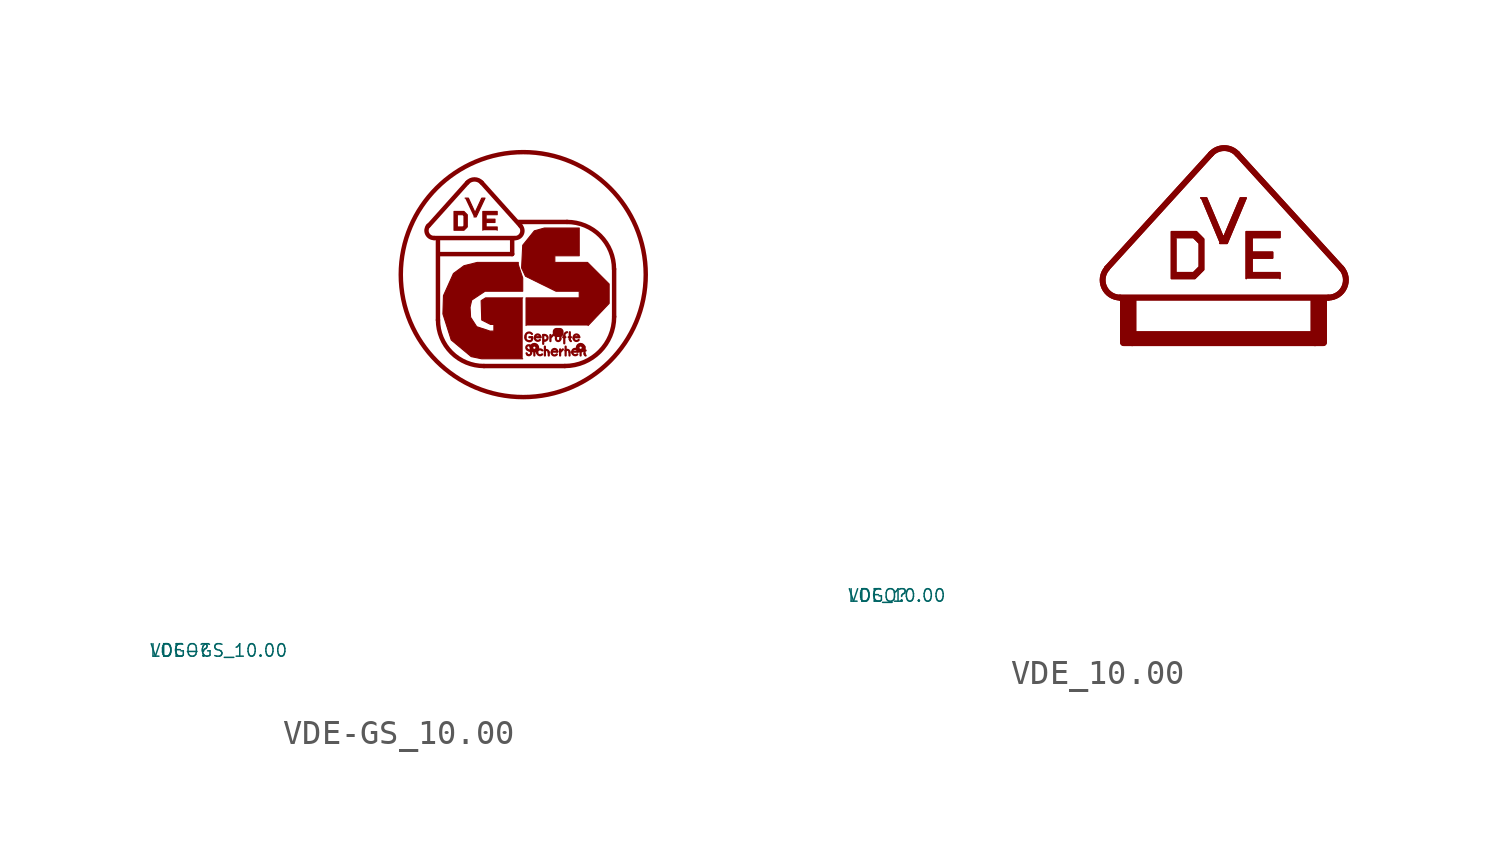
<source format=kicad_sym>
(kicad_symbol_lib
  (version 20220914)
  (generator Eagle2Kicad)
  (symbol "VDE-GS_10.00"
    (property "Reference" "LOGO"
      (at -10 -10 0)
      (effects (font (size 0.5 0.5) (thickness 0.06)) (justify left)))
    (property "Value" "VDE-GS_10.00"
      (at -10 -10 0)
      (effects (font (size 0.5 0.5) (thickness 0.06)) (justify left)))
    (polyline
      (pts (xy 2.664 8.127) (xy 2.798 8.127) (xy 3.064 7.549) (xy 3.331 8.127) (xy 3.464 8.127) (xy 3.109 7.372) (xy 3.02 7.372))
      (stroke (width 0.044) (type default))
      (fill (type outline)))
    (polyline
      (pts (xy 2.22 7.594) (xy 2.22 6.839) (xy 2.62 6.839) (xy 2.753 6.972) (xy 2.753 7.461) (xy 2.62 7.594) (xy 2.232 7.594) (xy 2.365 7.461) (xy 2.576 7.461) (xy 2.62 7.416) (xy 2.62 7.016) (xy 2.576 6.972) (xy 2.354 6.972) (xy 2.354 7.461))
      (stroke (width 0.044) (type default))
      (fill (type outline)))
    (polyline
      (pts (xy 3.375 6.839) (xy 3.375 7.594) (xy 3.952 7.594) (xy 3.952 7.461) (xy 3.508 7.461) (xy 3.508 7.283) (xy 3.864 7.283) (xy 3.864 7.15) (xy 3.508 7.15) (xy 3.508 6.972) (xy 3.952 6.972) (xy 3.952 6.839))
      (stroke (width 0.044) (type default))
      (fill (type outline)))
    (polyline
      (pts (xy 4.974 1.688) (xy 3.331 1.688) (xy 2.909 1.776) (xy 2.109 2.442) (xy 1.776 3.486) (xy 1.798 4.219) (xy 2.198 5.107) (xy 2.62 5.418) (xy 3.153 5.551) (xy 4.796 5.551) (xy 4.796 5.462) (xy 4.974 4.929) (xy 4.974 4.396) (xy 3.464 4.396) (xy 2.931 4.041) (xy 2.864 3.752) (xy 2.886 3.353) (xy 3.131 2.975) (xy 3.664 2.798) (xy 3.819 2.798) (xy 3.819 3.064) (xy 3.686 3.064) (xy 3.331 3.242) (xy 3.308 4.019) (xy 3.486 4.13) (xy 4.974 4.13))
      (stroke (width 0.044) (type default))
      (fill (type outline)))
    (polyline
      (pts (xy 5.107 3.02) (xy 5.107 4.13) (xy 7.216 4.13) (xy 7.239 4.13) (xy 7.239 4.396) (xy 6.306 4.396) (xy 5.085 4.996) (xy 4.929 5.329) (xy 4.974 6.239) (xy 5.44 6.817) (xy 5.84 6.928) (xy 7.239 6.928) (xy 7.239 5.817) (xy 6.284 5.817) (xy 6.261 5.817) (xy 6.261 5.551) (xy 7.572 5.551) (xy 8.438 4.685) (xy 8.438 3.908) (xy 7.594 3.02))
      (stroke (width 0.044) (type default))
      (fill (type outline)))
    (polyline
      (pts (xy 1.421 6.528) (xy 4.663 6.528))
      (stroke (width 0.178) (type default))
      (fill (type none)))
    (arc
      (start 4.6629 6.528)
      (mid 4.931 6.701)
      (end 4.8849 7.0165)
      (stroke (width 0.1776) (type default))
      (fill (type none)))
    (polyline
      (pts (xy 4.885 7.016) (xy 3.331 8.748))
      (stroke (width 0.178) (type default))
      (fill (type none)))
    (polyline
      (pts (xy 2.753 8.748) (xy 1.199 7.016))
      (stroke (width 0.178) (type default))
      (fill (type none)))
    (arc
      (start 1.199 7.0165)
      (mid 1.153 6.701)
      (end 1.4211 6.528)
      (stroke (width 0.1776) (type default))
      (fill (type none)))
    (arc
      (start 3.3306 8.7484)
      (mid 3.042 8.877)
      (end 2.7533 8.7484)
      (stroke (width 0.1776) (type default))
      (fill (type none)))
    (polyline
      (pts (xy 1.577 6.439) (xy 1.577 3.242))
      (stroke (width 0.178) (type default))
      (fill (type none)))
    (arc
      (start 1.5765 3.2418)
      (mid 2.116 1.939)
      (end 3.4194 1.3989)
      (stroke (width 0.1776) (type default))
      (fill (type none)))
    (polyline
      (pts (xy 3.419 1.399) (xy 6.661 1.399))
      (stroke (width 0.178) (type default))
      (fill (type none)))
    (arc
      (start 6.6612 1.3989)
      (mid 8.059 1.978)
      (end 8.6374 3.375)
      (stroke (width 0.1776) (type default))
      (fill (type none)))
    (polyline
      (pts (xy 8.637 3.375) (xy 8.637 5.285))
      (stroke (width 0.178) (type default))
      (fill (type none)))
    (arc
      (start 8.6374 5.2846)
      (mid 8.085 6.619)
      (end 6.75 7.1719)
      (stroke (width 0.1776) (type default))
      (fill (type none)))
    (polyline
      (pts (xy 6.75 7.172) (xy 4.796 7.172))
      (stroke (width 0.178) (type default))
      (fill (type none)))
    (polyline
      (pts (xy 1.665 5.884) (xy 4.552 5.884))
      (stroke (width 0.178) (type default))
      (fill (type none)))
    (polyline
      (pts (xy 4.552 5.884) (xy 4.552 6.484))
      (stroke (width 0.178) (type default))
      (fill (type none)))
    (polyline
      (pts (xy 5.24 2.554) (xy 5.351 2.554))
      (stroke (width 0.089) (type default))
      (fill (type none)))
    (polyline
      (pts (xy 5.351 2.554) (xy 5.351 2.487))
      (stroke (width 0.089) (type default))
      (fill (type none)))
    (arc
      (start 5.2624 2.398)
      (mid 5.325 2.424)
      (end 5.3512 2.4869)
      (stroke (width 0.0888) (type default))
      (fill (type none)))
    (polyline
      (pts (xy 5.262 2.398) (xy 5.218 2.398))
      (stroke (width 0.089) (type default))
      (fill (type none)))
    (arc
      (start 5.0847 2.5313)
      (mid 5.124 2.437)
      (end 5.218 2.398)
      (stroke (width 0.0888) (type default))
      (fill (type none)))
    (polyline
      (pts (xy 5.085 2.531) (xy 5.085 2.598))
      (stroke (width 0.089) (type default))
      (fill (type none)))
    (arc
      (start 5.3512 2.6867)
      (mid 5.186 2.738)
      (end 5.0847 2.5979)
      (stroke (width 0.0888) (type default))
      (fill (type none)))
    (polyline
      (pts (xy 5.529 2.554) (xy 5.684 2.554))
      (stroke (width 0.089) (type default))
      (fill (type none)))
    (arc
      (start 5.6842 2.5535)
      (mid 5.573 2.665)
      (end 5.4622 2.5535)
      (stroke (width 0.0888) (type default))
      (fill (type none)))
    (polyline
      (pts (xy 5.462 2.554) (xy 5.462 2.509))
      (stroke (width 0.089) (type default))
      (fill (type none)))
    (arc
      (start 5.4622 2.5091)
      (mid 5.540 2.411)
      (end 5.662 2.4424)
      (stroke (width 0.0888) (type default))
      (fill (type none)))
    (polyline
      (pts (xy 5.795 2.642) (xy 5.795 2.287))
      (stroke (width 0.089) (type default))
      (fill (type none)))
    (polyline
      (pts (xy 5.795 2.642) (xy 5.862 2.642))
      (stroke (width 0.089) (type default))
      (fill (type none)))
    (arc
      (start 5.8619 2.4202)
      (mid 5.973 2.531)
      (end 5.8619 2.6423)
      (stroke (width 0.0888) (type default))
      (fill (type none)))
    (polyline
      (pts (xy 5.862 2.42) (xy 5.84 2.42))
      (stroke (width 0.089) (type default))
      (fill (type none)))
    (polyline
      (pts (xy 6.084 2.398) (xy 6.084 2.642))
      (stroke (width 0.089) (type default))
      (fill (type none)))
    (polyline
      (pts (xy 6.195 2.642) (xy 6.106 2.554))
      (stroke (width 0.089) (type default))
      (fill (type none)))
    (polyline
      (pts (xy 6.306 2.642) (xy 6.306 2.487))
      (stroke (width 0.089) (type default))
      (fill (type none)))
    (arc
      (start 6.306 2.4869)
      (mid 6.395 2.398)
      (end 6.4836 2.4869)
      (stroke (width 0.0888) (type default))
      (fill (type none)))
    (polyline
      (pts (xy 6.484 2.487) (xy 6.484 2.642))
      (stroke (width 0.089) (type default))
      (fill (type none)))
    (polyline
      (pts (xy 6.639 2.309) (xy 6.639 2.62))
      (stroke (width 0.089) (type default))
      (fill (type none)))
    (arc
      (start 6.75 2.7533)
      (mid 6.670 2.707)
      (end 6.639 2.6201)
      (stroke (width 0.0888) (type default))
      (fill (type none)))
    (polyline
      (pts (xy 6.595 2.554) (xy 6.683 2.554))
      (stroke (width 0.089) (type default))
      (fill (type none)))
    (polyline
      (pts (xy 6.861 2.753) (xy 6.861 2.465))
      (stroke (width 0.089) (type default))
      (fill (type none)))
    (arc
      (start 6.8611 2.4647)
      (mid 6.873 2.425)
      (end 6.9055 2.398)
      (stroke (width 0.0888) (type default))
      (fill (type none)))
    (polyline
      (pts (xy 6.817 2.554) (xy 6.905 2.554))
      (stroke (width 0.089) (type default))
      (fill (type none)))
    (polyline
      (pts (xy 7.083 2.554) (xy 7.239 2.554))
      (stroke (width 0.089) (type default))
      (fill (type none)))
    (arc
      (start 7.2385 2.5535)
      (mid 7.128 2.665)
      (end 7.0165 2.5535)
      (stroke (width 0.0888) (type default))
      (fill (type none)))
    (polyline
      (pts (xy 7.016 2.554) (xy 7.016 2.509))
      (stroke (width 0.089) (type default))
      (fill (type none)))
    (arc
      (start 7.0165 2.5091)
      (mid 7.095 2.411)
      (end 7.2163 2.4424)
      (stroke (width 0.0888) (type default))
      (fill (type none)))
    (arc
      (start 5.1513 2.065)
      (mid 5.177 2.045)
      (end 5.2069 2.0317)
      (stroke (width 0.0888) (type default))
      (fill (type none)))
    (arc
      (start 5.2624 2.2204)
      (mid 5.138 2.192)
      (end 5.1513 2.065)
      (stroke (width 0.0888) (type default))
      (fill (type none)))
    (arc
      (start 5.3068 2.1538)
      (mid 5.293 2.193)
      (end 5.2624 2.2204)
      (stroke (width 0.0888) (type default))
      (fill (type none)))
    (arc
      (start 5.1735 1.8429)
      (mid 5.298 1.871)
      (end 5.2846 1.9984)
      (stroke (width 0.0888) (type default))
      (fill (type none)))
    (arc
      (start 5.1291 1.9095)
      (mid 5.143 1.871)
      (end 5.1735 1.8429)
      (stroke (width 0.0888) (type default))
      (fill (type none)))
    (arc
      (start 5.2846 1.9984)
      (mid 5.249 2.023)
      (end 5.2069 2.0317)
      (stroke (width 0.0888) (type default))
      (fill (type none)))
    (polyline
      (pts (xy 5.44 1.821) (xy 5.44 2.021))
      (stroke (width 0.089) (type default))
      (fill (type none)))
    (arc
      (start 5.551 1.9318)
      (mid 5.629 1.833)
      (end 5.7509 1.8651)
      (stroke (width 0.0888) (type default))
      (fill (type none)))
    (polyline
      (pts (xy 5.551 1.954) (xy 5.551 1.932))
      (stroke (width 0.089) (type default))
      (fill (type none)))
    (arc
      (start 5.7509 2.0206)
      (mid 5.627 2.059)
      (end 5.551 1.954)
      (stroke (width 0.0888) (type default))
      (fill (type none)))
    (polyline
      (pts (xy 5.862 2.176) (xy 5.862 2.021))
      (stroke (width 0.089) (type default))
      (fill (type none)))
    (polyline
      (pts (xy 5.862 2.021) (xy 5.862 1.821))
      (stroke (width 0.089) (type default))
      (fill (type none)))
    (polyline
      (pts (xy 6.017 1.821) (xy 6.017 1.954))
      (stroke (width 0.089) (type default))
      (fill (type none)))
    (arc
      (start 6.0173 1.954)
      (mid 5.960 2.035)
      (end 5.8619 2.0206)
      (stroke (width 0.0888) (type default))
      (fill (type none)))
    (arc
      (start 6.1394 1.9318)
      (mid 6.218 1.833)
      (end 6.3393 1.8651)
      (stroke (width 0.0888) (type default))
      (fill (type none)))
    (arc
      (start 6.3615 1.9762)
      (mid 6.250 2.087)
      (end 6.1394 1.9762)
      (stroke (width 0.0888) (type default))
      (fill (type none)))
    (polyline
      (pts (xy 6.139 1.976) (xy 6.139 1.932))
      (stroke (width 0.089) (type default))
      (fill (type none)))
    (polyline
      (pts (xy 6.206 1.976) (xy 6.362 1.976))
      (stroke (width 0.089) (type default))
      (fill (type none)))
    (polyline
      (pts (xy 6.473 1.821) (xy 6.473 2.065))
      (stroke (width 0.089) (type default))
      (fill (type none)))
    (polyline
      (pts (xy 6.583 2.065) (xy 6.495 1.976))
      (stroke (width 0.089) (type default))
      (fill (type none)))
    (polyline
      (pts (xy 6.694 2.176) (xy 6.694 2.021))
      (stroke (width 0.089) (type default))
      (fill (type none)))
    (polyline
      (pts (xy 6.694 2.021) (xy 6.694 1.821))
      (stroke (width 0.089) (type default))
      (fill (type none)))
    (arc
      (start 6.85 1.954)
      (mid 6.793 2.035)
      (end 6.6945 2.0206)
      (stroke (width 0.0888) (type default))
      (fill (type none)))
    (polyline
      (pts (xy 6.85 1.821) (xy 6.85 1.954))
      (stroke (width 0.089) (type default))
      (fill (type none)))
    (arc
      (start 6.961 1.9318)
      (mid 7.039 1.833)
      (end 7.1608 1.8651)
      (stroke (width 0.0888) (type default))
      (fill (type none)))
    (polyline
      (pts (xy 6.961 1.976) (xy 6.961 1.932))
      (stroke (width 0.089) (type default))
      (fill (type none)))
    (arc
      (start 7.183 1.9762)
      (mid 7.072 2.087)
      (end 6.961 1.9762)
      (stroke (width 0.0888) (type default))
      (fill (type none)))
    (polyline
      (pts (xy 7.028 1.976) (xy 7.183 1.976))
      (stroke (width 0.089) (type default))
      (fill (type none)))
    (polyline
      (pts (xy 7.294 1.821) (xy 7.294 2.021))
      (stroke (width 0.089) (type default))
      (fill (type none)))
    (polyline
      (pts (xy 7.449 2.176) (xy 7.449 1.887))
      (stroke (width 0.089) (type default))
      (fill (type none)))
    (arc
      (start 7.4495 1.8873)
      (mid 7.462 1.847)
      (end 7.4939 1.8207)
      (stroke (width 0.0888) (type default))
      (fill (type none)))
    (polyline
      (pts (xy 7.405 2.021) (xy 7.494 2.021))
      (stroke (width 0.089) (type default))
      (fill (type none)))
    (circle
      (center 4.996 5.062)
      (radius 4.908)
      (stroke (width 0.178) (type default))
      (fill (type none)))
    (circle
      (center 5.44 2.132)
      (radius 0.044)
      (stroke (width 0) (type default))
      (fill (type none)))
    (circle
      (center 7.294 2.132)
      (radius 0.044)
      (stroke (width 0) (type default))
      (fill (type none)))
    (rectangle
      (start 6.328 2.709)
      (end 6.373 2.776)
      (stroke (width 0.3) (type default))
      (fill (type outline)))
    (rectangle
      (start 6.417 2.709)
      (end 6.461 2.776)
      (stroke (width 0.3) (type default))
      (fill (type outline))))
  (symbol "VDE_10.00"
    (property "Reference" "LOGO"
      (at -10 -10 0)
      (effects (font (size 0.5 0.5) (thickness 0.06)) (justify left)))
    (property "Value" "VDE_10.00"
      (at -10 -10 0)
      (effects (font (size 0.5 0.5) (thickness 0.06)) (justify left)))
    (polyline
      (pts (xy 4.173 5.936) (xy 4.408 5.936) (xy 5.054 4.408) (xy 5.113 4.408) (xy 5.76 5.936) (xy 5.995 5.936) (xy 5.231 4.114) (xy 4.937 4.114))
      (stroke (width 0.059) (type default))
      (fill (type outline)))
    (polyline
      (pts (xy 2.998 4.584) (xy 2.998 2.704) (xy 3.938 2.704) (xy 4.29 3.056) (xy 4.29 4.29) (xy 3.997 4.584) (xy 3.012 4.584) (xy 3.174 4.349) (xy 3.879 4.349) (xy 4.114 4.114) (xy 4.114 3.174) (xy 3.879 2.939) (xy 3.174 2.939) (xy 3.174 4.29))
      (stroke (width 0.059) (type default))
      (fill (type outline)))
    (polyline
      (pts (xy 5.995 2.704) (xy 5.995 4.584) (xy 7.347 4.584) (xy 7.347 4.349) (xy 6.23 4.349) (xy 6.23 3.761) (xy 7.053 3.761) (xy 7.053 3.526) (xy 6.23 3.526) (xy 6.23 2.939) (xy 7.347 2.939) (xy 7.347 2.704))
      (stroke (width 0.059) (type default))
      (fill (type outline)))
    (polyline
      (pts (xy 4.173 5.936) (xy 4.408 5.936) (xy 5.054 4.408) (xy 5.113 4.408) (xy 5.76 5.936) (xy 5.995 5.936) (xy 5.231 4.114) (xy 4.937 4.114))
      (stroke (width 0.059) (type default))
      (fill (type outline)))
    (polyline
      (pts (xy 2.998 4.584) (xy 2.998 2.704) (xy 3.938 2.704) (xy 4.29 3.056) (xy 4.29 4.29) (xy 3.997 4.584) (xy 3.012 4.584) (xy 3.174 4.349) (xy 3.879 4.349) (xy 4.114 4.114) (xy 4.114 3.174) (xy 3.879 2.939) (xy 3.174 2.939) (xy 3.174 4.29))
      (stroke (width 0.059) (type default))
      (fill (type outline)))
    (polyline
      (pts (xy 5.995 2.704) (xy 5.995 4.584) (xy 7.347 4.584) (xy 7.347 4.349) (xy 6.23 4.349) (xy 6.23 3.761) (xy 7.053 3.761) (xy 7.053 3.526) (xy 6.23 3.526) (xy 6.23 2.939) (xy 7.347 2.939) (xy 7.347 2.704))
      (stroke (width 0.059) (type default))
      (fill (type outline)))
    (polyline
      (pts (xy 0.94 1.94) (xy 9.286 1.94))
      (stroke (width 0.235) (type default))
      (fill (type none)))
    (arc
      (start 9.2863 1.9395)
      (mid 9.931 2.356)
      (end 9.8152 3.115)
      (stroke (width 0.235) (type default))
      (fill (type none)))
    (polyline
      (pts (xy 9.815 3.115) (xy 5.642 7.699))
      (stroke (width 0.235) (type default))
      (fill (type none)))
    (arc
      (start 5.6423 7.6994)
      (mid 5.113 7.933)
      (end 4.5844 7.6994)
      (stroke (width 0.235) (type default))
      (fill (type none)))
    (polyline
      (pts (xy 4.584 7.699) (xy 0.411 3.115))
      (stroke (width 0.235) (type default))
      (fill (type none)))
    (arc
      (start 0.4114 3.115)
      (mid 0.296 2.356)
      (end 0.9404 1.9395)
      (stroke (width 0.235) (type default))
      (fill (type none)))
    (polyline
      (pts (xy 0.94 1.94) (xy 9.286 1.94))
      (stroke (width 0.235) (type default))
      (fill (type none)))
    (arc
      (start 9.2863 1.9395)
      (mid 9.931 2.356)
      (end 9.8152 3.115)
      (stroke (width 0.235) (type default))
      (fill (type none)))
    (polyline
      (pts (xy 9.815 3.115) (xy 5.642 7.699))
      (stroke (width 0.235) (type default))
      (fill (type none)))
    (arc
      (start 5.6423 7.6994)
      (mid 5.113 7.933)
      (end 4.5844 7.6994)
      (stroke (width 0.235) (type default))
      (fill (type none)))
    (polyline
      (pts (xy 4.584 7.699) (xy 0.411 3.115))
      (stroke (width 0.235) (type default))
      (fill (type none)))
    (arc
      (start 0.4114 3.115)
      (mid 0.296 2.356)
      (end 0.9404 1.9395)
      (stroke (width 0.235) (type default))
      (fill (type none)))
    (rectangle
      (start 1.087 0.147)
      (end 1.44 1.851)
      (stroke (width 0.3) (type default))
      (fill (type outline)))
    (rectangle
      (start 1.411 0.147)
      (end 8.772 0.441)
      (stroke (width 0.3) (type default))
      (fill (type outline)))
    (rectangle
      (start 8.728 0.147)
      (end 9.081 1.851)
      (stroke (width 0.3) (type default))
      (fill (type outline)))
    (rectangle
      (start 1.087 0.147)
      (end 1.44 1.851)
      (stroke (width 0.3) (type default))
      (fill (type outline)))
    (rectangle
      (start 1.411 0.147)
      (end 8.772 0.441)
      (stroke (width 0.3) (type default))
      (fill (type outline)))
    (rectangle
      (start 8.728 0.147)
      (end 9.081 1.851)
      (stroke (width 0.3) (type default))
      (fill (type outline)))))
</source>
